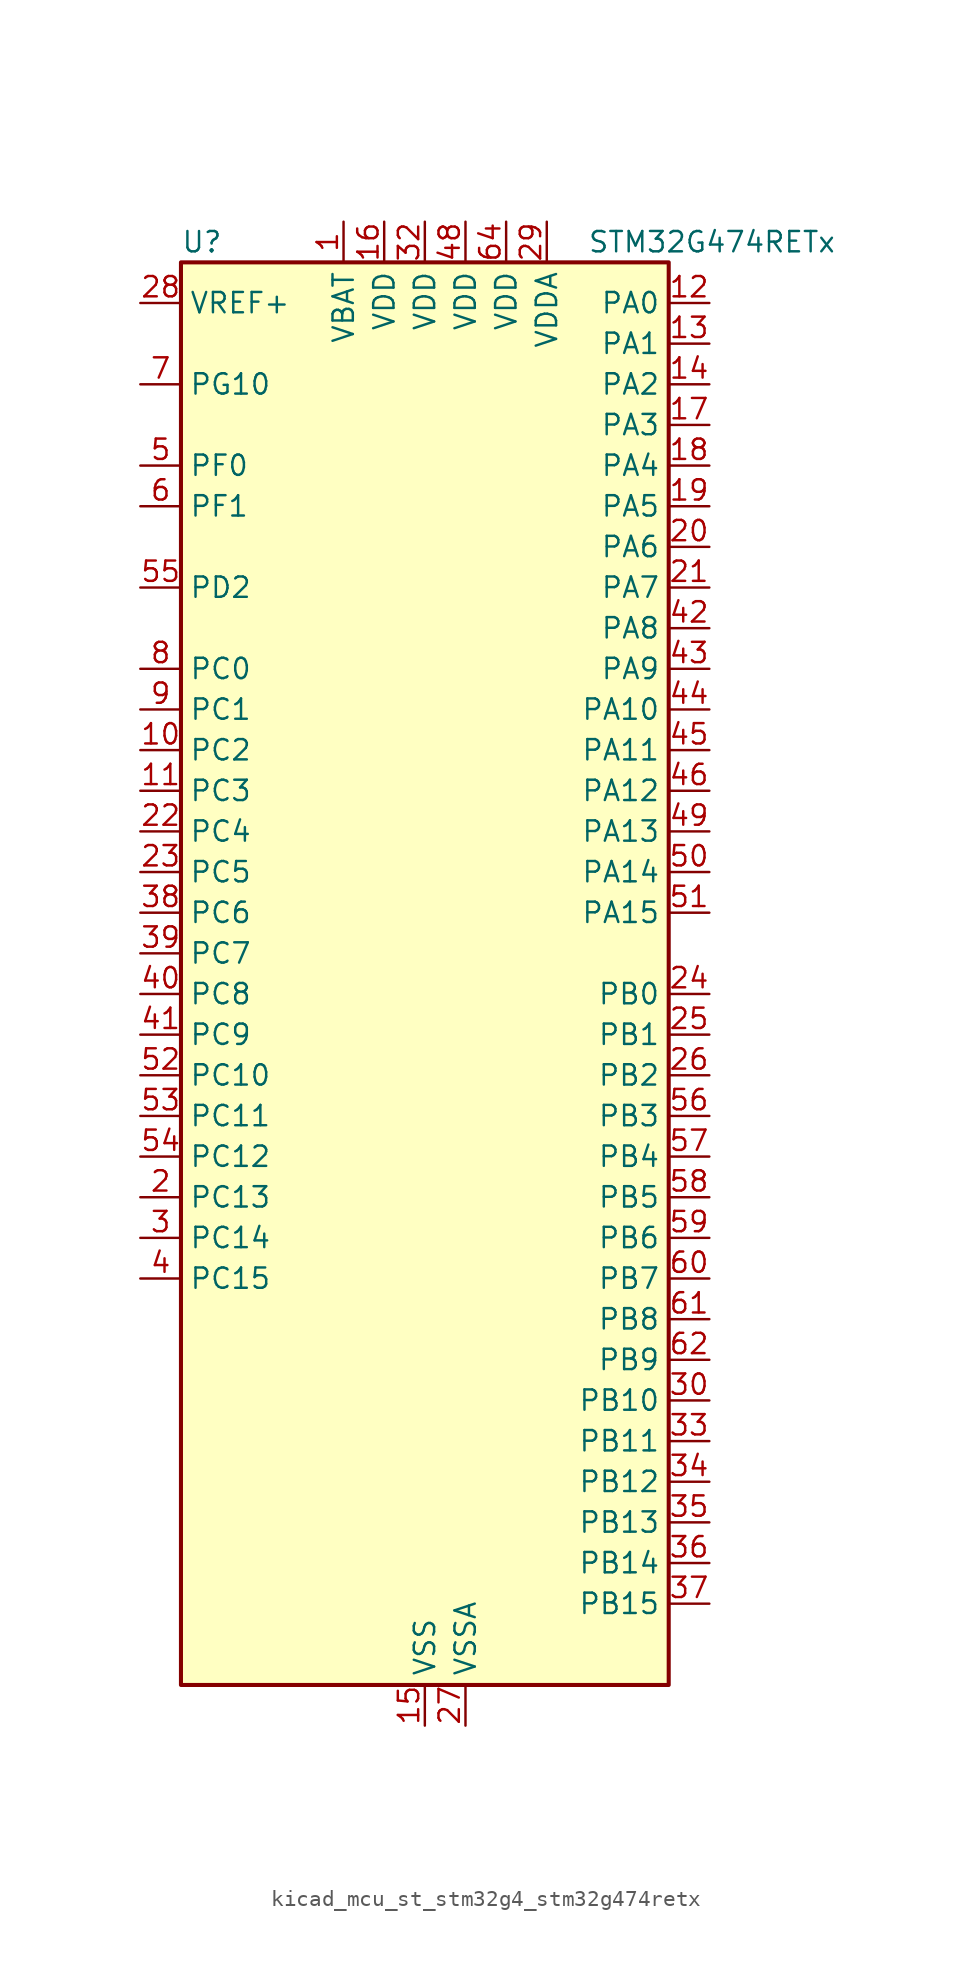
<source format=kicad_sym>
(kicad_symbol_lib
  (version 20220914)
  (generator kicad_symbol_editor)
  (symbol "kicad_mcu_st_stm32g4_stm32g474retx"
    (property "Reference" "U"
      (at -15.24 46.99 0)
      (effects (font (size 1.27 1.27)) (justify left)))
    (property "Value" "STM32G474RETx"
      (at 10.16 46.99 0)
      (effects (font (size 1.27 1.27)) (justify left)))
    (property "ki_locked" ""
      (at 0 0 0)
      (effects (font (size 1.27 1.27))))
    (symbol "kicad_mcu_st_stm32g4_stm32g474retx_0_1"
      (rectangle (start -15.24 -43.18) (end 15.24 45.72) (stroke (width 0.254) (type default)) (fill (type background))))
    (symbol "kicad_mcu_st_stm32g4_stm32g474retx_1_1"
      (pin power_in line (at -5.08 48.26 270) (length 2.54) (name "VBAT" (effects (font (size 1.27 1.27)))) (number "1" (effects (font (size 1.27 1.27)))))
      (pin bidirectional line (at -17.78 15.24 0) (length 2.54) (name "PC2" (effects (font (size 1.27 1.27)))) (number "10" (effects (font (size 1.27 1.27)))) (alternate "ADC1_IN8" bidirectional line) (alternate "ADC2_IN8" bidirectional line) (alternate "ADC3_EXTI2" bidirectional line) (alternate "ADC4_EXTI2" bidirectional line) (alternate "ADC5_EXTI2" bidirectional line) (alternate "COMP3_OUT" bidirectional line) (alternate "LPTIM1_IN2" bidirectional line) (alternate "QUADSPI1_BK2_IO1" bidirectional line) (alternate "TIM1_CH3" bidirectional line) (alternate "TIM20_CH2" bidirectional line))
      (pin bidirectional line (at -17.78 12.7 0) (length 2.54) (name "PC3" (effects (font (size 1.27 1.27)))) (number "11" (effects (font (size 1.27 1.27)))) (alternate "ADC1_IN9" bidirectional line) (alternate "ADC2_IN9" bidirectional line) (alternate "ADC3_EXTI3" bidirectional line) (alternate "ADC4_EXTI3" bidirectional line) (alternate "ADC5_EXTI3" bidirectional line) (alternate "LPTIM1_ETR" bidirectional line) (alternate "OPAMP5_VINP" bidirectional line) (alternate "OPAMP5_VINP_SEC" bidirectional line) (alternate "QUADSPI1_BK2_IO2" bidirectional line) (alternate "SAI1_D1" bidirectional line) (alternate "SAI1_SD_A" bidirectional line) (alternate "TIM1_BKIN2" bidirectional line) (alternate "TIM1_CH4" bidirectional line))
      (pin bidirectional line (at 17.78 43.18 180) (length 2.54) (name "PA0" (effects (font (size 1.27 1.27)))) (number "12" (effects (font (size 1.27 1.27)))) (alternate "ADC1_IN1" bidirectional line) (alternate "ADC2_IN1" bidirectional line) (alternate "COMP1_INM" bidirectional line) (alternate "COMP1_OUT" bidirectional line) (alternate "COMP3_INP" bidirectional line) (alternate "RTC_TAMP2" bidirectional line) (alternate "SYS_WKUP1" bidirectional line) (alternate "TIM2_CH1" bidirectional line) (alternate "TIM2_ETR" bidirectional line) (alternate "TIM5_CH1" bidirectional line) (alternate "TIM8_BKIN" bidirectional line) (alternate "TIM8_ETR" bidirectional line) (alternate "USART2_CTS" bidirectional line) (alternate "USART2_NSS" bidirectional line))
      (pin bidirectional line (at 17.78 40.64 180) (length 2.54) (name "PA1" (effects (font (size 1.27 1.27)))) (number "13" (effects (font (size 1.27 1.27)))) (alternate "ADC1_IN2" bidirectional line) (alternate "ADC2_IN2" bidirectional line) (alternate "COMP1_INP" bidirectional line) (alternate "OPAMP1_VINP" bidirectional line) (alternate "OPAMP1_VINP_SEC" bidirectional line) (alternate "OPAMP3_VINP" bidirectional line) (alternate "OPAMP3_VINP_SEC" bidirectional line) (alternate "OPAMP6_VINM" bidirectional line) (alternate "OPAMP6_VINM0" bidirectional line) (alternate "OPAMP6_VINM_SEC" bidirectional line) (alternate "RTC_REFIN" bidirectional line) (alternate "TIM15_CH1N" bidirectional line) (alternate "TIM2_CH2" bidirectional line) (alternate "TIM5_CH2" bidirectional line) (alternate "USART2_DE" bidirectional line) (alternate "USART2_RTS" bidirectional line))
      (pin bidirectional line (at 17.78 38.1 180) (length 2.54) (name "PA2" (effects (font (size 1.27 1.27)))) (number "14" (effects (font (size 1.27 1.27)))) (alternate "ADC1_IN3" bidirectional line) (alternate "ADC3_EXTI2" bidirectional line) (alternate "ADC4_EXTI2" bidirectional line) (alternate "ADC5_EXTI2" bidirectional line) (alternate "COMP2_INM" bidirectional line) (alternate "COMP2_OUT" bidirectional line) (alternate "LPUART1_TX" bidirectional line) (alternate "OPAMP1_VOUT" bidirectional line) (alternate "QUADSPI1_BK1_NCS" bidirectional line) (alternate "RCC_LSCO" bidirectional line) (alternate "SYS_WKUP4" bidirectional line) (alternate "TIM15_CH1" bidirectional line) (alternate "TIM2_CH3" bidirectional line) (alternate "TIM5_CH3" bidirectional line) (alternate "UCPD1_FRSTX1" bidirectional line) (alternate "UCPD1_FRSTX2" bidirectional line) (alternate "USART2_TX" bidirectional line))
      (pin power_in line (at 0 -45.72 90) (length 2.54) (name "VSS" (effects (font (size 1.27 1.27)))) (number "15" (effects (font (size 1.27 1.27)))))
      (pin power_in line (at -2.54 48.26 270) (length 2.54) (name "VDD" (effects (font (size 1.27 1.27)))) (number "16" (effects (font (size 1.27 1.27)))))
      (pin bidirectional line (at 17.78 35.56 180) (length 2.54) (name "PA3" (effects (font (size 1.27 1.27)))) (number "17" (effects (font (size 1.27 1.27)))) (alternate "ADC1_IN4" bidirectional line) (alternate "ADC3_EXTI3" bidirectional line) (alternate "ADC4_EXTI3" bidirectional line) (alternate "ADC5_EXTI3" bidirectional line) (alternate "COMP2_INP" bidirectional line) (alternate "LPUART1_RX" bidirectional line) (alternate "OPAMP1_VINM" bidirectional line) (alternate "OPAMP1_VINM0" bidirectional line) (alternate "OPAMP1_VINM_SEC" bidirectional line) (alternate "OPAMP1_VINP" bidirectional line) (alternate "OPAMP1_VINP_SEC" bidirectional line) (alternate "OPAMP5_VINM" bidirectional line) (alternate "OPAMP5_VINM1" bidirectional line) (alternate "OPAMP5_VINM_SEC" bidirectional line) (alternate "QUADSPI1_CLK" bidirectional line) (alternate "SAI1_CK1" bidirectional line) (alternate "SAI1_MCLK_A" bidirectional line) (alternate "TIM15_CH2" bidirectional line) (alternate "TIM2_CH4" bidirectional line) (alternate "TIM5_CH4" bidirectional line) (alternate "USART2_RX" bidirectional line))
      (pin bidirectional line (at 17.78 33.02 180) (length 2.54) (name "PA4" (effects (font (size 1.27 1.27)))) (number "18" (effects (font (size 1.27 1.27)))) (alternate "ADC2_IN17" bidirectional line) (alternate "COMP1_INM" bidirectional line) (alternate "DAC1_OUT1" bidirectional line) (alternate "I2S3_WS" bidirectional line) (alternate "SAI1_FS_B" bidirectional line) (alternate "SPI1_NSS" bidirectional line) (alternate "SPI3_NSS" bidirectional line) (alternate "TIM3_CH2" bidirectional line) (alternate "USART2_CK" bidirectional line))
      (pin bidirectional line (at 17.78 30.48 180) (length 2.54) (name "PA5" (effects (font (size 1.27 1.27)))) (number "19" (effects (font (size 1.27 1.27)))) (alternate "ADC2_IN13" bidirectional line) (alternate "COMP2_INM" bidirectional line) (alternate "DAC1_OUT2" bidirectional line) (alternate "OPAMP2_VINM" bidirectional line) (alternate "OPAMP2_VINM0" bidirectional line) (alternate "OPAMP2_VINM_SEC" bidirectional line) (alternate "SPI1_SCK" bidirectional line) (alternate "TIM2_CH1" bidirectional line) (alternate "TIM2_ETR" bidirectional line) (alternate "UCPD1_FRSTX1" bidirectional line) (alternate "UCPD1_FRSTX2" bidirectional line))
      (pin bidirectional line (at -17.78 -12.7 0) (length 2.54) (name "PC13" (effects (font (size 1.27 1.27)))) (number "2" (effects (font (size 1.27 1.27)))) (alternate "RTC_OUT1" bidirectional line) (alternate "RTC_TAMP1" bidirectional line) (alternate "RTC_TS" bidirectional line) (alternate "SYS_WKUP2" bidirectional line) (alternate "TIM1_BKIN" bidirectional line) (alternate "TIM1_CH1N" bidirectional line) (alternate "TIM8_CH4N" bidirectional line))
      (pin bidirectional line (at 17.78 27.94 180) (length 2.54) (name "PA6" (effects (font (size 1.27 1.27)))) (number "20" (effects (font (size 1.27 1.27)))) (alternate "ADC2_IN3" bidirectional line) (alternate "COMP1_OUT" bidirectional line) (alternate "DAC2_OUT1" bidirectional line) (alternate "LPUART1_CTS" bidirectional line) (alternate "OPAMP2_VOUT" bidirectional line) (alternate "QUADSPI1_BK1_IO3" bidirectional line) (alternate "SPI1_MISO" bidirectional line) (alternate "TIM16_CH1" bidirectional line) (alternate "TIM1_BKIN" bidirectional line) (alternate "TIM3_CH1" bidirectional line) (alternate "TIM8_BKIN" bidirectional line))
      (pin bidirectional line (at 17.78 25.4 180) (length 2.54) (name "PA7" (effects (font (size 1.27 1.27)))) (number "21" (effects (font (size 1.27 1.27)))) (alternate "ADC2_IN4" bidirectional line) (alternate "COMP2_INP" bidirectional line) (alternate "COMP2_OUT" bidirectional line) (alternate "OPAMP1_VINP" bidirectional line) (alternate "OPAMP1_VINP_SEC" bidirectional line) (alternate "OPAMP2_VINP" bidirectional line) (alternate "OPAMP2_VINP_SEC" bidirectional line) (alternate "QUADSPI1_BK1_IO2" bidirectional line) (alternate "SPI1_MOSI" bidirectional line) (alternate "TIM17_CH1" bidirectional line) (alternate "TIM1_CH1N" bidirectional line) (alternate "TIM3_CH2" bidirectional line) (alternate "TIM8_CH1N" bidirectional line) (alternate "UCPD1_FRSTX1" bidirectional line) (alternate "UCPD1_FRSTX2" bidirectional line))
      (pin bidirectional line (at -17.78 10.16 0) (length 2.54) (name "PC4" (effects (font (size 1.27 1.27)))) (number "22" (effects (font (size 1.27 1.27)))) (alternate "ADC2_IN5" bidirectional line) (alternate "I2C2_SCL" bidirectional line) (alternate "QUADSPI1_BK2_IO3" bidirectional line) (alternate "TIM1_ETR" bidirectional line) (alternate "USART1_TX" bidirectional line))
      (pin bidirectional line (at -17.78 7.62 0) (length 2.54) (name "PC5" (effects (font (size 1.27 1.27)))) (number "23" (effects (font (size 1.27 1.27)))) (alternate "ADC2_IN11" bidirectional line) (alternate "HRTIM1_EEV10" bidirectional line) (alternate "OPAMP1_VINM" bidirectional line) (alternate "OPAMP1_VINM1" bidirectional line) (alternate "OPAMP1_VINM_SEC" bidirectional line) (alternate "OPAMP2_VINM" bidirectional line) (alternate "OPAMP2_VINM1" bidirectional line) (alternate "OPAMP2_VINM_SEC" bidirectional line) (alternate "SAI1_D3" bidirectional line) (alternate "SYS_WKUP5" bidirectional line) (alternate "TIM15_BKIN" bidirectional line) (alternate "TIM1_CH4N" bidirectional line) (alternate "USART1_RX" bidirectional line))
      (pin bidirectional line (at 17.78 0 180) (length 2.54) (name "PB0" (effects (font (size 1.27 1.27)))) (number "24" (effects (font (size 1.27 1.27)))) (alternate "ADC1_IN15" bidirectional line) (alternate "ADC3_IN12" bidirectional line) (alternate "COMP4_INP" bidirectional line) (alternate "HRTIM1_FLT5" bidirectional line) (alternate "OPAMP2_VINP" bidirectional line) (alternate "OPAMP2_VINP_SEC" bidirectional line) (alternate "OPAMP3_VINP" bidirectional line) (alternate "OPAMP3_VINP_SEC" bidirectional line) (alternate "QUADSPI1_BK1_IO1" bidirectional line) (alternate "TIM1_CH2N" bidirectional line) (alternate "TIM3_CH3" bidirectional line) (alternate "TIM8_CH2N" bidirectional line) (alternate "UCPD1_FRSTX1" bidirectional line) (alternate "UCPD1_FRSTX2" bidirectional line))
      (pin bidirectional line (at 17.78 -2.54 180) (length 2.54) (name "PB1" (effects (font (size 1.27 1.27)))) (number "25" (effects (font (size 1.27 1.27)))) (alternate "ADC1_IN12" bidirectional line) (alternate "ADC3_IN1" bidirectional line) (alternate "COMP1_INP" bidirectional line) (alternate "COMP4_OUT" bidirectional line) (alternate "HRTIM1_SCOUT" bidirectional line) (alternate "LPUART1_DE" bidirectional line) (alternate "LPUART1_RTS" bidirectional line) (alternate "OPAMP3_VOUT" bidirectional line) (alternate "OPAMP6_VINM" bidirectional line) (alternate "OPAMP6_VINM1" bidirectional line) (alternate "OPAMP6_VINM_SEC" bidirectional line) (alternate "QUADSPI1_BK1_IO0" bidirectional line) (alternate "TIM1_CH3N" bidirectional line) (alternate "TIM3_CH4" bidirectional line) (alternate "TIM8_CH3N" bidirectional line))
      (pin bidirectional line (at 17.78 -5.08 180) (length 2.54) (name "PB2" (effects (font (size 1.27 1.27)))) (number "26" (effects (font (size 1.27 1.27)))) (alternate "ADC2_IN12" bidirectional line) (alternate "ADC3_EXTI2" bidirectional line) (alternate "ADC4_EXTI2" bidirectional line) (alternate "ADC5_EXTI2" bidirectional line) (alternate "COMP4_INM" bidirectional line) (alternate "HRTIM1_SCIN" bidirectional line) (alternate "I2C3_SMBA" bidirectional line) (alternate "LPTIM1_OUT" bidirectional line) (alternate "OPAMP3_VINM" bidirectional line) (alternate "OPAMP3_VINM0" bidirectional line) (alternate "OPAMP3_VINM_SEC" bidirectional line) (alternate "QUADSPI1_BK2_IO1" bidirectional line) (alternate "RTC_OUT2" bidirectional line) (alternate "TIM20_CH1" bidirectional line) (alternate "TIM5_CH1" bidirectional line))
      (pin power_in line (at 2.54 -45.72 90) (length 2.54) (name "VSSA" (effects (font (size 1.27 1.27)))) (number "27" (effects (font (size 1.27 1.27)))))
      (pin input line (at -17.78 43.18 0) (length 2.54) (name "VREF+" (effects (font (size 1.27 1.27)))) (number "28" (effects (font (size 1.27 1.27)))) (alternate "VREFBUF_OUT" bidirectional line))
      (pin power_in line (at 7.62 48.26 270) (length 2.54) (name "VDDA" (effects (font (size 1.27 1.27)))) (number "29" (effects (font (size 1.27 1.27)))))
      (pin bidirectional line (at -17.78 -15.24 0) (length 2.54) (name "PC14" (effects (font (size 1.27 1.27)))) (number "3" (effects (font (size 1.27 1.27)))) (alternate "RCC_OSC32_IN" bidirectional line))
      (pin bidirectional line (at 17.78 -25.4 180) (length 2.54) (name "PB10" (effects (font (size 1.27 1.27)))) (number "30" (effects (font (size 1.27 1.27)))) (alternate "COMP5_INM" bidirectional line) (alternate "DAC1_EXTI10" bidirectional line) (alternate "DAC2_EXTI10" bidirectional line) (alternate "DAC3_EXTI10" bidirectional line) (alternate "DAC4_EXTI10" bidirectional line) (alternate "HRTIM1_FLT3" bidirectional line) (alternate "LPUART1_RX" bidirectional line) (alternate "OPAMP3_VINM" bidirectional line) (alternate "OPAMP3_VINM1" bidirectional line) (alternate "OPAMP3_VINM_SEC" bidirectional line) (alternate "OPAMP4_VINM" bidirectional line) (alternate "OPAMP4_VINM0" bidirectional line) (alternate "OPAMP4_VINM_SEC" bidirectional line) (alternate "QUADSPI1_CLK" bidirectional line) (alternate "SAI1_SCK_A" bidirectional line) (alternate "TIM1_BKIN" bidirectional line) (alternate "TIM2_CH3" bidirectional line) (alternate "USART3_TX" bidirectional line))
      (pin passive line (at 0 -45.72 90) (length 2.54) hide (name "VSS" (effects (font (size 1.27 1.27)))) (number "31" (effects (font (size 1.27 1.27)))))
      (pin power_in line (at 0 48.26 270) (length 2.54) (name "VDD" (effects (font (size 1.27 1.27)))) (number "32" (effects (font (size 1.27 1.27)))))
      (pin bidirectional line (at 17.78 -27.94 180) (length 2.54) (name "PB11" (effects (font (size 1.27 1.27)))) (number "33" (effects (font (size 1.27 1.27)))) (alternate "ADC1_EXTI11" bidirectional line) (alternate "ADC1_IN14" bidirectional line) (alternate "ADC2_EXTI11" bidirectional line) (alternate "ADC2_IN14" bidirectional line) (alternate "COMP6_INP" bidirectional line) (alternate "HRTIM1_FLT4" bidirectional line) (alternate "LPUART1_TX" bidirectional line) (alternate "OPAMP4_VINP" bidirectional line) (alternate "OPAMP4_VINP_SEC" bidirectional line) (alternate "OPAMP6_VOUT" bidirectional line) (alternate "QUADSPI1_BK1_NCS" bidirectional line) (alternate "TIM2_CH4" bidirectional line) (alternate "USART3_RX" bidirectional line))
      (pin bidirectional line (at 17.78 -30.48 180) (length 2.54) (name "PB12" (effects (font (size 1.27 1.27)))) (number "34" (effects (font (size 1.27 1.27)))) (alternate "ADC1_IN11" bidirectional line) (alternate "ADC4_IN3" bidirectional line) (alternate "COMP7_INM" bidirectional line) (alternate "FDCAN2_RX" bidirectional line) (alternate "HRTIM1_CHC1" bidirectional line) (alternate "I2C2_SMBA" bidirectional line) (alternate "I2S2_WS" bidirectional line) (alternate "LPUART1_DE" bidirectional line) (alternate "LPUART1_RTS" bidirectional line) (alternate "OPAMP4_VOUT" bidirectional line) (alternate "OPAMP6_VINP" bidirectional line) (alternate "OPAMP6_VINP_SEC" bidirectional line) (alternate "SPI2_NSS" bidirectional line) (alternate "TIM1_BKIN" bidirectional line) (alternate "TIM5_ETR" bidirectional line) (alternate "USART3_CK" bidirectional line))
      (pin bidirectional line (at 17.78 -33.02 180) (length 2.54) (name "PB13" (effects (font (size 1.27 1.27)))) (number "35" (effects (font (size 1.27 1.27)))) (alternate "ADC3_IN5" bidirectional line) (alternate "COMP5_INP" bidirectional line) (alternate "FDCAN2_TX" bidirectional line) (alternate "HRTIM1_CHC2" bidirectional line) (alternate "I2S2_CK" bidirectional line) (alternate "LPUART1_CTS" bidirectional line) (alternate "OPAMP3_VINP" bidirectional line) (alternate "OPAMP3_VINP_SEC" bidirectional line) (alternate "OPAMP4_VINP" bidirectional line) (alternate "OPAMP4_VINP_SEC" bidirectional line) (alternate "OPAMP6_VINP" bidirectional line) (alternate "OPAMP6_VINP_SEC" bidirectional line) (alternate "SPI2_SCK" bidirectional line) (alternate "TIM1_CH1N" bidirectional line) (alternate "USART3_CTS" bidirectional line) (alternate "USART3_NSS" bidirectional line))
      (pin bidirectional line (at 17.78 -35.56 180) (length 2.54) (name "PB14" (effects (font (size 1.27 1.27)))) (number "36" (effects (font (size 1.27 1.27)))) (alternate "ADC1_IN5" bidirectional line) (alternate "ADC4_IN4" bidirectional line) (alternate "COMP4_OUT" bidirectional line) (alternate "COMP7_INP" bidirectional line) (alternate "HRTIM1_CHD1" bidirectional line) (alternate "OPAMP2_VINP" bidirectional line) (alternate "OPAMP2_VINP_SEC" bidirectional line) (alternate "OPAMP5_VINP" bidirectional line) (alternate "OPAMP5_VINP_SEC" bidirectional line) (alternate "SPI2_MISO" bidirectional line) (alternate "TIM15_CH1" bidirectional line) (alternate "TIM1_CH2N" bidirectional line) (alternate "USART3_DE" bidirectional line) (alternate "USART3_RTS" bidirectional line))
      (pin bidirectional line (at 17.78 -38.1 180) (length 2.54) (name "PB15" (effects (font (size 1.27 1.27)))) (number "37" (effects (font (size 1.27 1.27)))) (alternate "ADC1_EXTI15" bidirectional line) (alternate "ADC2_EXTI15" bidirectional line) (alternate "ADC2_IN15" bidirectional line) (alternate "ADC4_IN5" bidirectional line) (alternate "COMP3_OUT" bidirectional line) (alternate "COMP6_INM" bidirectional line) (alternate "HRTIM1_CHD2" bidirectional line) (alternate "I2S2_SD" bidirectional line) (alternate "OPAMP5_VINM" bidirectional line) (alternate "OPAMP5_VINM0" bidirectional line) (alternate "OPAMP5_VINM_SEC" bidirectional line) (alternate "RTC_REFIN" bidirectional line) (alternate "SPI2_MOSI" bidirectional line) (alternate "TIM15_CH1N" bidirectional line) (alternate "TIM15_CH2" bidirectional line) (alternate "TIM1_CH3N" bidirectional line))
      (pin bidirectional line (at -17.78 5.08 0) (length 2.54) (name "PC6" (effects (font (size 1.27 1.27)))) (number "38" (effects (font (size 1.27 1.27)))) (alternate "COMP6_OUT" bidirectional line) (alternate "HRTIM1_CHF1" bidirectional line) (alternate "HRTIM1_EEV10" bidirectional line) (alternate "I2C4_SCL" bidirectional line) (alternate "I2S2_MCK" bidirectional line) (alternate "TIM3_CH1" bidirectional line) (alternate "TIM8_CH1" bidirectional line))
      (pin bidirectional line (at -17.78 2.54 0) (length 2.54) (name "PC7" (effects (font (size 1.27 1.27)))) (number "39" (effects (font (size 1.27 1.27)))) (alternate "COMP5_OUT" bidirectional line) (alternate "HRTIM1_CHF2" bidirectional line) (alternate "HRTIM1_FLT5" bidirectional line) (alternate "I2C4_SDA" bidirectional line) (alternate "I2S3_MCK" bidirectional line) (alternate "TIM3_CH2" bidirectional line) (alternate "TIM8_CH2" bidirectional line))
      (pin bidirectional line (at -17.78 -17.78 0) (length 2.54) (name "PC15" (effects (font (size 1.27 1.27)))) (number "4" (effects (font (size 1.27 1.27)))) (alternate "ADC1_EXTI15" bidirectional line) (alternate "ADC2_EXTI15" bidirectional line) (alternate "RCC_OSC32_OUT" bidirectional line))
      (pin bidirectional line (at -17.78 0 0) (length 2.54) (name "PC8" (effects (font (size 1.27 1.27)))) (number "40" (effects (font (size 1.27 1.27)))) (alternate "COMP7_OUT" bidirectional line) (alternate "HRTIM1_CHE1" bidirectional line) (alternate "I2C3_SCL" bidirectional line) (alternate "TIM20_CH3" bidirectional line) (alternate "TIM3_CH3" bidirectional line) (alternate "TIM8_CH3" bidirectional line))
      (pin bidirectional line (at -17.78 -2.54 0) (length 2.54) (name "PC9" (effects (font (size 1.27 1.27)))) (number "41" (effects (font (size 1.27 1.27)))) (alternate "DAC1_EXTI9" bidirectional line) (alternate "DAC2_EXTI9" bidirectional line) (alternate "DAC3_EXTI9" bidirectional line) (alternate "DAC4_EXTI9" bidirectional line) (alternate "HRTIM1_CHE2" bidirectional line) (alternate "I2C3_SDA" bidirectional line) (alternate "I2S_CKIN" bidirectional line) (alternate "TIM3_CH4" bidirectional line) (alternate "TIM8_BKIN2" bidirectional line) (alternate "TIM8_CH4" bidirectional line))
      (pin bidirectional line (at 17.78 22.86 180) (length 2.54) (name "PA8" (effects (font (size 1.27 1.27)))) (number "42" (effects (font (size 1.27 1.27)))) (alternate "ADC5_IN1" bidirectional line) (alternate "COMP7_OUT" bidirectional line) (alternate "FDCAN3_RX" bidirectional line) (alternate "HRTIM1_CHA1" bidirectional line) (alternate "I2C2_SDA" bidirectional line) (alternate "I2C3_SCL" bidirectional line) (alternate "I2S2_MCK" bidirectional line) (alternate "OPAMP5_VOUT" bidirectional line) (alternate "RCC_MCO" bidirectional line) (alternate "SAI1_CK2" bidirectional line) (alternate "SAI1_SCK_A" bidirectional line) (alternate "TIM1_CH1" bidirectional line) (alternate "TIM4_ETR" bidirectional line) (alternate "USART1_CK" bidirectional line))
      (pin bidirectional line (at 17.78 20.32 180) (length 2.54) (name "PA9" (effects (font (size 1.27 1.27)))) (number "43" (effects (font (size 1.27 1.27)))) (alternate "ADC5_IN2" bidirectional line) (alternate "COMP5_OUT" bidirectional line) (alternate "DAC1_EXTI9" bidirectional line) (alternate "DAC2_EXTI9" bidirectional line) (alternate "DAC3_EXTI9" bidirectional line) (alternate "DAC4_EXTI9" bidirectional line) (alternate "HRTIM1_CHA2" bidirectional line) (alternate "I2C2_SCL" bidirectional line) (alternate "I2C3_SMBA" bidirectional line) (alternate "I2S3_MCK" bidirectional line) (alternate "SAI1_FS_A" bidirectional line) (alternate "TIM15_BKIN" bidirectional line) (alternate "TIM1_CH2" bidirectional line) (alternate "TIM2_CH3" bidirectional line) (alternate "UCPD1_DBCC1" bidirectional line) (alternate "USART1_TX" bidirectional line))
      (pin bidirectional line (at 17.78 17.78 180) (length 2.54) (name "PA10" (effects (font (size 1.27 1.27)))) (number "44" (effects (font (size 1.27 1.27)))) (alternate "COMP6_OUT" bidirectional line) (alternate "CRS_SYNC" bidirectional line) (alternate "DAC1_EXTI10" bidirectional line) (alternate "DAC2_EXTI10" bidirectional line) (alternate "DAC3_EXTI10" bidirectional line) (alternate "DAC4_EXTI10" bidirectional line) (alternate "HRTIM1_CHB1" bidirectional line) (alternate "I2C2_SMBA" bidirectional line) (alternate "SAI1_D1" bidirectional line) (alternate "SAI1_SD_A" bidirectional line) (alternate "SPI2_MISO" bidirectional line) (alternate "TIM17_BKIN" bidirectional line) (alternate "TIM1_CH3" bidirectional line) (alternate "TIM2_CH4" bidirectional line) (alternate "TIM8_BKIN" bidirectional line) (alternate "UCPD1_DBCC2" bidirectional line) (alternate "USART1_RX" bidirectional line))
      (pin bidirectional line (at 17.78 15.24 180) (length 2.54) (name "PA11" (effects (font (size 1.27 1.27)))) (number "45" (effects (font (size 1.27 1.27)))) (alternate "ADC1_EXTI11" bidirectional line) (alternate "ADC2_EXTI11" bidirectional line) (alternate "COMP1_OUT" bidirectional line) (alternate "FDCAN1_RX" bidirectional line) (alternate "HRTIM1_CHB2" bidirectional line) (alternate "I2S2_SD" bidirectional line) (alternate "SPI2_MOSI" bidirectional line) (alternate "TIM1_BKIN2" bidirectional line) (alternate "TIM1_CH1N" bidirectional line) (alternate "TIM1_CH4" bidirectional line) (alternate "TIM4_CH1" bidirectional line) (alternate "USART1_CTS" bidirectional line) (alternate "USART1_NSS" bidirectional line) (alternate "USB_DM" bidirectional line))
      (pin bidirectional line (at 17.78 12.7 180) (length 2.54) (name "PA12" (effects (font (size 1.27 1.27)))) (number "46" (effects (font (size 1.27 1.27)))) (alternate "COMP2_OUT" bidirectional line) (alternate "FDCAN1_TX" bidirectional line) (alternate "HRTIM1_FLT1" bidirectional line) (alternate "I2S_CKIN" bidirectional line) (alternate "TIM16_CH1" bidirectional line) (alternate "TIM1_CH2N" bidirectional line) (alternate "TIM1_ETR" bidirectional line) (alternate "TIM4_CH2" bidirectional line) (alternate "USART1_DE" bidirectional line) (alternate "USART1_RTS" bidirectional line) (alternate "USB_DP" bidirectional line))
      (pin passive line (at 0 -45.72 90) (length 2.54) hide (name "VSS" (effects (font (size 1.27 1.27)))) (number "47" (effects (font (size 1.27 1.27)))))
      (pin power_in line (at 2.54 48.26 270) (length 2.54) (name "VDD" (effects (font (size 1.27 1.27)))) (number "48" (effects (font (size 1.27 1.27)))))
      (pin bidirectional line (at 17.78 10.16 180) (length 2.54) (name "PA13" (effects (font (size 1.27 1.27)))) (number "49" (effects (font (size 1.27 1.27)))) (alternate "I2C1_SCL" bidirectional line) (alternate "I2C4_SCL" bidirectional line) (alternate "IR_OUT" bidirectional line) (alternate "SAI1_SD_B" bidirectional line) (alternate "SYS_JTMS-SWDIO" bidirectional line) (alternate "TIM16_CH1N" bidirectional line) (alternate "TIM4_CH3" bidirectional line) (alternate "USART3_CTS" bidirectional line) (alternate "USART3_NSS" bidirectional line))
      (pin bidirectional line (at -17.78 33.02 0) (length 2.54) (name "PF0" (effects (font (size 1.27 1.27)))) (number "5" (effects (font (size 1.27 1.27)))) (alternate "ADC1_IN10" bidirectional line) (alternate "I2C2_SDA" bidirectional line) (alternate "I2S2_WS" bidirectional line) (alternate "RCC_OSC_IN" bidirectional line) (alternate "SPI2_NSS" bidirectional line) (alternate "TIM1_CH3N" bidirectional line))
      (pin bidirectional line (at 17.78 7.62 180) (length 2.54) (name "PA14" (effects (font (size 1.27 1.27)))) (number "50" (effects (font (size 1.27 1.27)))) (alternate "I2C1_SDA" bidirectional line) (alternate "I2C4_SMBA" bidirectional line) (alternate "LPTIM1_OUT" bidirectional line) (alternate "SAI1_FS_B" bidirectional line) (alternate "SYS_JTCK-SWCLK" bidirectional line) (alternate "TIM1_BKIN" bidirectional line) (alternate "TIM8_CH2" bidirectional line) (alternate "USART2_TX" bidirectional line))
      (pin bidirectional line (at 17.78 5.08 180) (length 2.54) (name "PA15" (effects (font (size 1.27 1.27)))) (number "51" (effects (font (size 1.27 1.27)))) (alternate "ADC1_EXTI15" bidirectional line) (alternate "ADC2_EXTI15" bidirectional line) (alternate "FDCAN3_TX" bidirectional line) (alternate "HRTIM1_FLT2" bidirectional line) (alternate "I2C1_SCL" bidirectional line) (alternate "I2S3_WS" bidirectional line) (alternate "SPI1_NSS" bidirectional line) (alternate "SPI3_NSS" bidirectional line) (alternate "SYS_JTDI" bidirectional line) (alternate "TIM1_BKIN" bidirectional line) (alternate "TIM2_CH1" bidirectional line) (alternate "TIM2_ETR" bidirectional line) (alternate "TIM8_CH1" bidirectional line) (alternate "UART4_DE" bidirectional line) (alternate "UART4_RTS" bidirectional line) (alternate "USART2_RX" bidirectional line))
      (pin bidirectional line (at -17.78 -5.08 0) (length 2.54) (name "PC10" (effects (font (size 1.27 1.27)))) (number "52" (effects (font (size 1.27 1.27)))) (alternate "DAC1_EXTI10" bidirectional line) (alternate "DAC2_EXTI10" bidirectional line) (alternate "DAC3_EXTI10" bidirectional line) (alternate "DAC4_EXTI10" bidirectional line) (alternate "HRTIM1_FLT6" bidirectional line) (alternate "I2S3_CK" bidirectional line) (alternate "SPI3_SCK" bidirectional line) (alternate "TIM8_CH1N" bidirectional line) (alternate "UART4_TX" bidirectional line) (alternate "USART3_TX" bidirectional line))
      (pin bidirectional line (at -17.78 -7.62 0) (length 2.54) (name "PC11" (effects (font (size 1.27 1.27)))) (number "53" (effects (font (size 1.27 1.27)))) (alternate "ADC1_EXTI11" bidirectional line) (alternate "ADC2_EXTI11" bidirectional line) (alternate "HRTIM1_EEV2" bidirectional line) (alternate "I2C3_SDA" bidirectional line) (alternate "SPI3_MISO" bidirectional line) (alternate "TIM8_CH2N" bidirectional line) (alternate "UART4_RX" bidirectional line) (alternate "USART3_RX" bidirectional line))
      (pin bidirectional line (at -17.78 -10.16 0) (length 2.54) (name "PC12" (effects (font (size 1.27 1.27)))) (number "54" (effects (font (size 1.27 1.27)))) (alternate "HRTIM1_EEV1" bidirectional line) (alternate "I2S3_SD" bidirectional line) (alternate "SPI3_MOSI" bidirectional line) (alternate "TIM5_CH2" bidirectional line) (alternate "TIM8_CH3N" bidirectional line) (alternate "UART5_TX" bidirectional line) (alternate "UCPD1_FRSTX1" bidirectional line) (alternate "UCPD1_FRSTX2" bidirectional line) (alternate "USART3_CK" bidirectional line))
      (pin bidirectional line (at -17.78 25.4 0) (length 2.54) (name "PD2" (effects (font (size 1.27 1.27)))) (number "55" (effects (font (size 1.27 1.27)))) (alternate "ADC3_EXTI2" bidirectional line) (alternate "ADC4_EXTI2" bidirectional line) (alternate "ADC5_EXTI2" bidirectional line) (alternate "TIM3_ETR" bidirectional line) (alternate "TIM8_BKIN" bidirectional line) (alternate "UART5_RX" bidirectional line))
      (pin bidirectional line (at 17.78 -7.62 180) (length 2.54) (name "PB3" (effects (font (size 1.27 1.27)))) (number "56" (effects (font (size 1.27 1.27)))) (alternate "ADC3_EXTI3" bidirectional line) (alternate "ADC4_EXTI3" bidirectional line) (alternate "ADC5_EXTI3" bidirectional line) (alternate "CRS_SYNC" bidirectional line) (alternate "FDCAN3_RX" bidirectional line) (alternate "HRTIM1_EEV9" bidirectional line) (alternate "HRTIM1_SCOUT" bidirectional line) (alternate "I2S3_CK" bidirectional line) (alternate "SAI1_SCK_B" bidirectional line) (alternate "SPI1_SCK" bidirectional line) (alternate "SPI3_SCK" bidirectional line) (alternate "SYS_JTDO-SWO" bidirectional line) (alternate "TIM2_CH2" bidirectional line) (alternate "TIM3_ETR" bidirectional line) (alternate "TIM4_ETR" bidirectional line) (alternate "TIM8_CH1N" bidirectional line) (alternate "USART2_TX" bidirectional line))
      (pin bidirectional line (at 17.78 -10.16 180) (length 2.54) (name "PB4" (effects (font (size 1.27 1.27)))) (number "57" (effects (font (size 1.27 1.27)))) (alternate "FDCAN3_TX" bidirectional line) (alternate "HRTIM1_EEV7" bidirectional line) (alternate "SAI1_MCLK_B" bidirectional line) (alternate "SPI1_MISO" bidirectional line) (alternate "SPI3_MISO" bidirectional line) (alternate "SYS_JTRST" bidirectional line) (alternate "TIM16_CH1" bidirectional line) (alternate "TIM17_BKIN" bidirectional line) (alternate "TIM3_CH1" bidirectional line) (alternate "TIM8_CH2N" bidirectional line) (alternate "UART5_DE" bidirectional line) (alternate "UART5_RTS" bidirectional line) (alternate "UCPD1_CC2" bidirectional line) (alternate "USART2_RX" bidirectional line))
      (pin bidirectional line (at 17.78 -12.7 180) (length 2.54) (name "PB5" (effects (font (size 1.27 1.27)))) (number "58" (effects (font (size 1.27 1.27)))) (alternate "FDCAN2_RX" bidirectional line) (alternate "HRTIM1_EEV6" bidirectional line) (alternate "I2C1_SMBA" bidirectional line) (alternate "I2C3_SDA" bidirectional line) (alternate "I2S3_SD" bidirectional line) (alternate "LPTIM1_IN1" bidirectional line) (alternate "SAI1_SD_B" bidirectional line) (alternate "SPI1_MOSI" bidirectional line) (alternate "SPI3_MOSI" bidirectional line) (alternate "TIM16_BKIN" bidirectional line) (alternate "TIM17_CH1" bidirectional line) (alternate "TIM3_CH2" bidirectional line) (alternate "TIM8_CH3N" bidirectional line) (alternate "UART5_CTS" bidirectional line) (alternate "USART2_CK" bidirectional line))
      (pin bidirectional line (at 17.78 -15.24 180) (length 2.54) (name "PB6" (effects (font (size 1.27 1.27)))) (number "59" (effects (font (size 1.27 1.27)))) (alternate "COMP4_OUT" bidirectional line) (alternate "FDCAN2_TX" bidirectional line) (alternate "HRTIM1_EEV4" bidirectional line) (alternate "HRTIM1_SCIN" bidirectional line) (alternate "LPTIM1_ETR" bidirectional line) (alternate "SAI1_FS_B" bidirectional line) (alternate "TIM16_CH1N" bidirectional line) (alternate "TIM4_CH1" bidirectional line) (alternate "TIM8_BKIN2" bidirectional line) (alternate "TIM8_CH1" bidirectional line) (alternate "TIM8_ETR" bidirectional line) (alternate "UCPD1_CC1" bidirectional line) (alternate "USART1_TX" bidirectional line))
      (pin bidirectional line (at -17.78 30.48 0) (length 2.54) (name "PF1" (effects (font (size 1.27 1.27)))) (number "6" (effects (font (size 1.27 1.27)))) (alternate "ADC2_IN10" bidirectional line) (alternate "COMP3_INM" bidirectional line) (alternate "I2S2_CK" bidirectional line) (alternate "RCC_OSC_OUT" bidirectional line) (alternate "SPI2_SCK" bidirectional line))
      (pin bidirectional line (at 17.78 -17.78 180) (length 2.54) (name "PB7" (effects (font (size 1.27 1.27)))) (number "60" (effects (font (size 1.27 1.27)))) (alternate "COMP3_OUT" bidirectional line) (alternate "HRTIM1_EEV3" bidirectional line) (alternate "I2C1_SDA" bidirectional line) (alternate "I2C4_SDA" bidirectional line) (alternate "LPTIM1_IN2" bidirectional line) (alternate "SYS_PVD_IN" bidirectional line) (alternate "TIM17_CH1N" bidirectional line) (alternate "TIM3_CH4" bidirectional line) (alternate "TIM4_CH2" bidirectional line) (alternate "TIM8_BKIN" bidirectional line) (alternate "UART4_CTS" bidirectional line) (alternate "USART1_RX" bidirectional line))
      (pin bidirectional line (at 17.78 -20.32 180) (length 2.54) (name "PB8" (effects (font (size 1.27 1.27)))) (number "61" (effects (font (size 1.27 1.27)))) (alternate "COMP1_OUT" bidirectional line) (alternate "FDCAN1_RX" bidirectional line) (alternate "HRTIM1_EEV8" bidirectional line) (alternate "I2C1_SCL" bidirectional line) (alternate "SAI1_CK1" bidirectional line) (alternate "SAI1_MCLK_A" bidirectional line) (alternate "TIM16_CH1" bidirectional line) (alternate "TIM1_BKIN" bidirectional line) (alternate "TIM4_CH3" bidirectional line) (alternate "TIM8_CH2" bidirectional line) (alternate "USART3_RX" bidirectional line))
      (pin bidirectional line (at 17.78 -22.86 180) (length 2.54) (name "PB9" (effects (font (size 1.27 1.27)))) (number "62" (effects (font (size 1.27 1.27)))) (alternate "COMP2_OUT" bidirectional line) (alternate "DAC1_EXTI9" bidirectional line) (alternate "DAC2_EXTI9" bidirectional line) (alternate "DAC3_EXTI9" bidirectional line) (alternate "DAC4_EXTI9" bidirectional line) (alternate "FDCAN1_TX" bidirectional line) (alternate "HRTIM1_EEV5" bidirectional line) (alternate "I2C1_SDA" bidirectional line) (alternate "IR_OUT" bidirectional line) (alternate "SAI1_D2" bidirectional line) (alternate "SAI1_FS_A" bidirectional line) (alternate "TIM17_CH1" bidirectional line) (alternate "TIM1_CH3N" bidirectional line) (alternate "TIM4_CH4" bidirectional line) (alternate "TIM8_CH3" bidirectional line) (alternate "USART3_TX" bidirectional line))
      (pin passive line (at 0 -45.72 90) (length 2.54) hide (name "VSS" (effects (font (size 1.27 1.27)))) (number "63" (effects (font (size 1.27 1.27)))))
      (pin power_in line (at 5.08 48.26 270) (length 2.54) (name "VDD" (effects (font (size 1.27 1.27)))) (number "64" (effects (font (size 1.27 1.27)))))
      (pin bidirectional line (at -17.78 38.1 0) (length 2.54) (name "PG10" (effects (font (size 1.27 1.27)))) (number "7" (effects (font (size 1.27 1.27)))) (alternate "DAC1_EXTI10" bidirectional line) (alternate "DAC2_EXTI10" bidirectional line) (alternate "DAC3_EXTI10" bidirectional line) (alternate "DAC4_EXTI10" bidirectional line) (alternate "RCC_MCO" bidirectional line))
      (pin bidirectional line (at -17.78 20.32 0) (length 2.54) (name "PC0" (effects (font (size 1.27 1.27)))) (number "8" (effects (font (size 1.27 1.27)))) (alternate "ADC1_IN6" bidirectional line) (alternate "ADC2_IN6" bidirectional line) (alternate "COMP3_INM" bidirectional line) (alternate "LPTIM1_IN1" bidirectional line) (alternate "LPUART1_RX" bidirectional line) (alternate "TIM1_CH1" bidirectional line))
      (pin bidirectional line (at -17.78 17.78 0) (length 2.54) (name "PC1" (effects (font (size 1.27 1.27)))) (number "9" (effects (font (size 1.27 1.27)))) (alternate "ADC1_IN7" bidirectional line) (alternate "ADC2_IN7" bidirectional line) (alternate "COMP3_INP" bidirectional line) (alternate "LPTIM1_OUT" bidirectional line) (alternate "LPUART1_TX" bidirectional line) (alternate "QUADSPI1_BK2_IO0" bidirectional line) (alternate "SAI1_SD_A" bidirectional line) (alternate "TIM1_CH2" bidirectional line)))))
</source>
